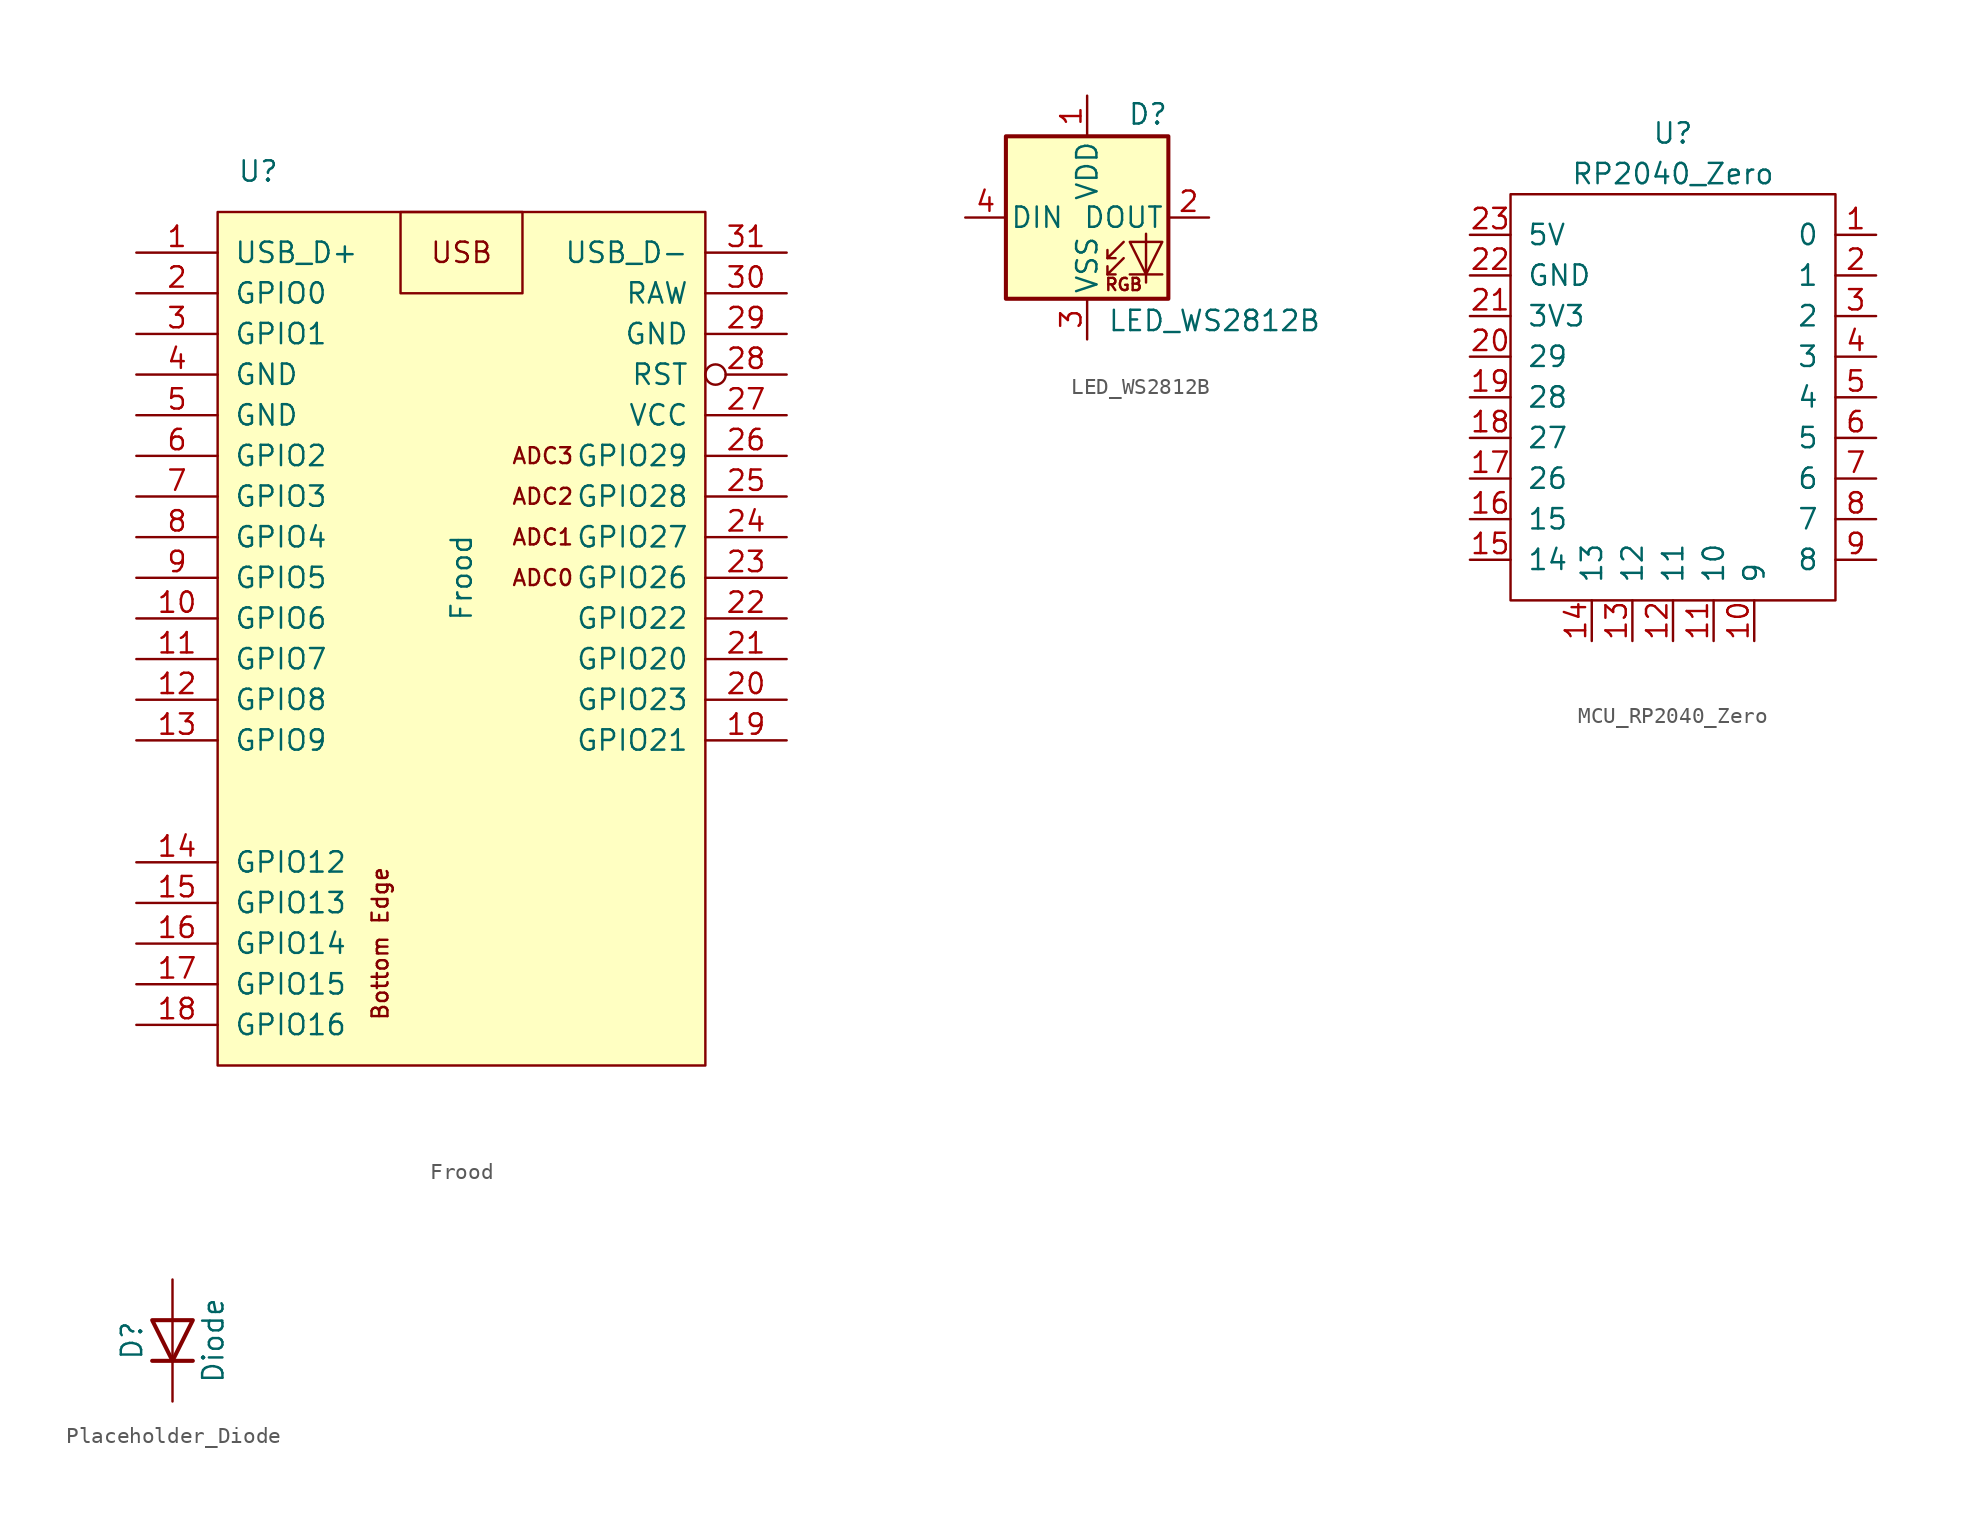
<source format=kicad_sym>
(kicad_symbol_lib
  (version 20220914)
  (generator kicad_symbol_editor)
  (symbol "Frood"
    (pin_names
      (offset 1.016))
    (property "Reference" "U"
      (at -12.7 27.94 0)
      (effects (font (size 1.27 1.27))))
    (property "Value" "Frood"
      (at 0 2.54 90)
      (effects (font (size 1.27 1.27))))
    (symbol "Frood_0_0"
      (text "ADC0" (at 5.08 2.54 0) (effects (font (size 0.991 0.991))))
      (text "ADC1" (at 5.08 5.08 0) (effects (font (size 0.991 0.991))))
      (text "ADC2" (at 5.08 7.62 0) (effects (font (size 0.991 0.991))))
      (text "ADC3" (at 5.08 10.16 0) (effects (font (size 0.991 0.991))))
      (text "Bottom Edge" (at -5.08 -20.32 900) (effects (font (size 0.991 0.991))))
      (text "USB" (at 0 22.86 0) (effects (font (size 1.27 1.27)))))
    (symbol "Frood_0_1"
      (rectangle (start -15.24 25.4) (end 15.24 -27.94) (stroke (width 0) (type default)) (fill (type background)))
      (rectangle (start 3.81 25.4) (end -3.81 20.32) (stroke (width 0) (type default)) (fill (type none))))
    (symbol "Frood_1_1"
      (pin bidirectional line (at -20.32 22.86 0) (length 5.08) (name "USB_D+" (effects (font (size 1.27 1.27)))) (number "1" (effects (font (size 1.27 1.27)))))
      (pin bidirectional line (at -20.32 0 0) (length 5.08) (name "GPIO6" (effects (font (size 1.27 1.27)))) (number "10" (effects (font (size 1.27 1.27)))))
      (pin bidirectional line (at -20.32 -2.54 0) (length 5.08) (name "GPIO7" (effects (font (size 1.27 1.27)))) (number "11" (effects (font (size 1.27 1.27)))))
      (pin bidirectional line (at -20.32 -5.08 0) (length 5.08) (name "GPIO8" (effects (font (size 1.27 1.27)))) (number "12" (effects (font (size 1.27 1.27)))))
      (pin bidirectional line (at -20.32 -7.62 0) (length 5.08) (name "GPIO9" (effects (font (size 1.27 1.27)))) (number "13" (effects (font (size 1.27 1.27)))))
      (pin bidirectional line (at -20.32 -15.24 0) (length 5.08) (name "GPIO12" (effects (font (size 1.27 1.27)))) (number "14" (effects (font (size 1.27 1.27)))))
      (pin bidirectional line (at -20.32 -17.78 0) (length 5.08) (name "GPIO13" (effects (font (size 1.27 1.27)))) (number "15" (effects (font (size 1.27 1.27)))))
      (pin bidirectional line (at -20.32 -20.32 0) (length 5.08) (name "GPIO14" (effects (font (size 1.27 1.27)))) (number "16" (effects (font (size 1.27 1.27)))))
      (pin bidirectional line (at -20.32 -22.86 0) (length 5.08) (name "GPIO15" (effects (font (size 1.27 1.27)))) (number "17" (effects (font (size 1.27 1.27)))))
      (pin bidirectional line (at -20.32 -25.4 0) (length 5.08) (name "GPIO16" (effects (font (size 1.27 1.27)))) (number "18" (effects (font (size 1.27 1.27)))))
      (pin bidirectional line (at 20.32 -7.62 180) (length 5.08) (name "GPIO21" (effects (font (size 1.27 1.27)))) (number "19" (effects (font (size 1.27 1.27)))))
      (pin bidirectional line (at -20.32 20.32 0) (length 5.08) (name "GPIO0" (effects (font (size 1.27 1.27)))) (number "2" (effects (font (size 1.27 1.27)))))
      (pin bidirectional line (at 20.32 -5.08 180) (length 5.08) (name "GPIO23" (effects (font (size 1.27 1.27)))) (number "20" (effects (font (size 1.27 1.27)))))
      (pin bidirectional line (at 20.32 -2.54 180) (length 5.08) (name "GPIO20" (effects (font (size 1.27 1.27)))) (number "21" (effects (font (size 1.27 1.27)))))
      (pin bidirectional line (at 20.32 0 180) (length 5.08) (name "GPIO22" (effects (font (size 1.27 1.27)))) (number "22" (effects (font (size 1.27 1.27)))))
      (pin bidirectional line (at 20.32 2.54 180) (length 5.08) (name "GPIO26" (effects (font (size 1.27 1.27)))) (number "23" (effects (font (size 1.27 1.27)))))
      (pin bidirectional line (at 20.32 5.08 180) (length 5.08) (name "GPIO27" (effects (font (size 1.27 1.27)))) (number "24" (effects (font (size 1.27 1.27)))))
      (pin bidirectional line (at 20.32 7.62 180) (length 5.08) (name "GPIO28" (effects (font (size 1.27 1.27)))) (number "25" (effects (font (size 1.27 1.27)))))
      (pin bidirectional line (at 20.32 10.16 180) (length 5.08) (name "GPIO29" (effects (font (size 1.27 1.27)))) (number "26" (effects (font (size 1.27 1.27)))))
      (pin power_out line (at 20.32 12.7 180) (length 5.08) (name "VCC" (effects (font (size 1.27 1.27)))) (number "27" (effects (font (size 1.27 1.27)))))
      (pin input inverted (at 20.32 15.24 180) (length 5.08) (name "RST" (effects (font (size 1.27 1.27)))) (number "28" (effects (font (size 1.27 1.27)))))
      (pin power_out line (at 20.32 17.78 180) (length 5.08) (name "GND" (effects (font (size 1.27 1.27)))) (number "29" (effects (font (size 1.27 1.27)))))
      (pin bidirectional line (at -20.32 17.78 0) (length 5.08) (name "GPIO1" (effects (font (size 1.27 1.27)))) (number "3" (effects (font (size 1.27 1.27)))))
      (pin power_in line (at 20.32 20.32 180) (length 5.08) (name "RAW" (effects (font (size 1.27 1.27)))) (number "30" (effects (font (size 1.27 1.27)))))
      (pin bidirectional line (at 20.32 22.86 180) (length 5.08) (name "USB_D-" (effects (font (size 1.27 1.27)))) (number "31" (effects (font (size 1.27 1.27)))))
      (pin power_out line (at -20.32 15.24 0) (length 5.08) (name "GND" (effects (font (size 1.27 1.27)))) (number "4" (effects (font (size 1.27 1.27)))))
      (pin power_out line (at -20.32 12.7 0) (length 5.08) (name "GND" (effects (font (size 1.27 1.27)))) (number "5" (effects (font (size 1.27 1.27)))))
      (pin bidirectional line (at -20.32 10.16 0) (length 5.08) (name "GPIO2" (effects (font (size 1.27 1.27)))) (number "6" (effects (font (size 1.27 1.27)))))
      (pin bidirectional line (at -20.32 7.62 0) (length 5.08) (name "GPIO3" (effects (font (size 1.27 1.27)))) (number "7" (effects (font (size 1.27 1.27)))))
      (pin bidirectional line (at -20.32 5.08 0) (length 5.08) (name "GPIO4" (effects (font (size 1.27 1.27)))) (number "8" (effects (font (size 1.27 1.27)))))
      (pin bidirectional line (at -20.32 2.54 0) (length 5.08) (name "GPIO5" (effects (font (size 1.27 1.27)))) (number "9" (effects (font (size 1.27 1.27)))))))
  (symbol "LED_WS2812B"
    (pin_names
      (offset 0.254))
    (property "Reference" "D"
      (at 5.08 5.715 0)
      (effects (font (size 1.27 1.27)) (justify right bottom)))
    (property "Value" "LED_WS2812B"
      (at 1.27 -5.715 0)
      (effects (font (size 1.27 1.27)) (justify left top)))
    (symbol "LED_WS2812B_0_0"
      (text "RGB" (at 2.286 -4.191 0) (effects (font (size 0.762 0.762)))))
    (symbol "LED_WS2812B_0_1"
      (polyline (pts (xy 1.27 -3.556) (xy 1.778 -3.556)) (stroke (width 0) (type default)) (fill (type none)))
      (polyline (pts (xy 1.27 -2.54) (xy 1.778 -2.54)) (stroke (width 0) (type default)) (fill (type none)))
      (polyline (pts (xy 4.699 -3.556) (xy 2.667 -3.556)) (stroke (width 0) (type default)) (fill (type none)))
      (polyline (pts (xy 2.286 -2.54) (xy 1.27 -3.556) (xy 1.27 -3.048)) (stroke (width 0) (type default)) (fill (type none)))
      (polyline (pts (xy 2.286 -1.524) (xy 1.27 -2.54) (xy 1.27 -2.032)) (stroke (width 0) (type default)) (fill (type none)))
      (polyline (pts (xy 3.683 -1.016) (xy 3.683 -3.556) (xy 3.683 -4.064)) (stroke (width 0) (type default)) (fill (type none)))
      (polyline (pts (xy 4.699 -1.524) (xy 2.667 -1.524) (xy 3.683 -3.556) (xy 4.699 -1.524)) (stroke (width 0) (type default)) (fill (type none)))
      (rectangle (start 5.08 5.08) (end -5.08 -5.08) (stroke (width 0.254) (type default)) (fill (type background))))
    (symbol "LED_WS2812B_1_1"
      (pin power_in line (at 0 7.62 270) (length 2.54) (name "VDD" (effects (font (size 1.27 1.27)))) (number "1" (effects (font (size 1.27 1.27)))))
      (pin output line (at 7.62 0 180) (length 2.54) (name "DOUT" (effects (font (size 1.27 1.27)))) (number "2" (effects (font (size 1.27 1.27)))))
      (pin power_in line (at 0 -7.62 90) (length 2.54) (name "VSS" (effects (font (size 1.27 1.27)))) (number "3" (effects (font (size 1.27 1.27)))))
      (pin input line (at -7.62 0 0) (length 2.54) (name "DIN" (effects (font (size 1.27 1.27)))) (number "4" (effects (font (size 1.27 1.27)))))))
  (symbol "MCU_RP2040_Zero"
    (pin_names
      (offset 1.016))
    (property "Reference" "U"
      (at 0 15.24 0)
      (effects (font (size 1.27 1.27))))
    (property "Value" "RP2040_Zero"
      (at 0 12.7 0)
      (effects (font (size 1.27 1.27))))
    (symbol "MCU_RP2040_Zero_0_1"
      (rectangle (start -10.16 11.43) (end 10.16 -13.97) (stroke (width 0) (type default)) (fill (type none))))
    (symbol "MCU_RP2040_Zero_1_1"
      (pin bidirectional line (at 12.7 8.89 180) (length 2.54) (name "0" (effects (font (size 1.27 1.27)))) (number "1" (effects (font (size 1.27 1.27)))))
      (pin bidirectional line (at 5.08 -16.51 90) (length 2.54) (name "9" (effects (font (size 1.27 1.27)))) (number "10" (effects (font (size 1.27 1.27)))))
      (pin bidirectional line (at 2.54 -16.51 90) (length 2.54) (name "10" (effects (font (size 1.27 1.27)))) (number "11" (effects (font (size 1.27 1.27)))))
      (pin bidirectional line (at 0 -16.51 90) (length 2.54) (name "11" (effects (font (size 1.27 1.27)))) (number "12" (effects (font (size 1.27 1.27)))))
      (pin bidirectional line (at -2.54 -16.51 90) (length 2.54) (name "12" (effects (font (size 1.27 1.27)))) (number "13" (effects (font (size 1.27 1.27)))))
      (pin bidirectional line (at -5.08 -16.51 90) (length 2.54) (name "13" (effects (font (size 1.27 1.27)))) (number "14" (effects (font (size 1.27 1.27)))))
      (pin bidirectional line (at -12.7 -11.43 0) (length 2.54) (name "14" (effects (font (size 1.27 1.27)))) (number "15" (effects (font (size 1.27 1.27)))))
      (pin bidirectional line (at -12.7 -8.89 0) (length 2.54) (name "15" (effects (font (size 1.27 1.27)))) (number "16" (effects (font (size 1.27 1.27)))))
      (pin bidirectional line (at -12.7 -6.35 0) (length 2.54) (name "26" (effects (font (size 1.27 1.27)))) (number "17" (effects (font (size 1.27 1.27)))))
      (pin bidirectional line (at -12.7 -3.81 0) (length 2.54) (name "27" (effects (font (size 1.27 1.27)))) (number "18" (effects (font (size 1.27 1.27)))))
      (pin bidirectional line (at -12.7 -1.27 0) (length 2.54) (name "28" (effects (font (size 1.27 1.27)))) (number "19" (effects (font (size 1.27 1.27)))))
      (pin bidirectional line (at 12.7 6.35 180) (length 2.54) (name "1" (effects (font (size 1.27 1.27)))) (number "2" (effects (font (size 1.27 1.27)))))
      (pin bidirectional line (at -12.7 1.27 0) (length 2.54) (name "29" (effects (font (size 1.27 1.27)))) (number "20" (effects (font (size 1.27 1.27)))))
      (pin power_out line (at -12.7 3.81 0) (length 2.54) (name "3V3" (effects (font (size 1.27 1.27)))) (number "21" (effects (font (size 1.27 1.27)))))
      (pin power_out line (at -12.7 6.35 0) (length 2.54) (name "GND" (effects (font (size 1.27 1.27)))) (number "22" (effects (font (size 1.27 1.27)))))
      (pin power_out line (at -12.7 8.89 0) (length 2.54) (name "5V" (effects (font (size 1.27 1.27)))) (number "23" (effects (font (size 1.27 1.27)))))
      (pin bidirectional line (at 12.7 3.81 180) (length 2.54) (name "2" (effects (font (size 1.27 1.27)))) (number "3" (effects (font (size 1.27 1.27)))))
      (pin bidirectional line (at 12.7 1.27 180) (length 2.54) (name "3" (effects (font (size 1.27 1.27)))) (number "4" (effects (font (size 1.27 1.27)))))
      (pin bidirectional line (at 12.7 -1.27 180) (length 2.54) (name "4" (effects (font (size 1.27 1.27)))) (number "5" (effects (font (size 1.27 1.27)))))
      (pin bidirectional line (at 12.7 -3.81 180) (length 2.54) (name "5" (effects (font (size 1.27 1.27)))) (number "6" (effects (font (size 1.27 1.27)))))
      (pin bidirectional line (at 12.7 -6.35 180) (length 2.54) (name "6" (effects (font (size 1.27 1.27)))) (number "7" (effects (font (size 1.27 1.27)))))
      (pin bidirectional line (at 12.7 -8.89 180) (length 2.54) (name "7" (effects (font (size 1.27 1.27)))) (number "8" (effects (font (size 1.27 1.27)))))
      (pin bidirectional line (at 12.7 -11.43 180) (length 2.54) (name "8" (effects (font (size 1.27 1.27)))) (number "9" (effects (font (size 1.27 1.27)))))))
  (symbol "Placeholder_Diode"
    (pin_numbers hide)
    (pin_names hide)
    (property "Reference" "D"
      (at -2.54 0 90)
      (effects (font (size 1.27 1.27))))
    (property "Value" "Diode"
      (at 2.54 0 90)
      (effects (font (size 1.27 1.27))))
    (symbol "Placeholder_Diode_0_1"
      (polyline (pts (xy -1.27 -1.27) (xy 1.27 -1.27)) (stroke (width 0.254) (type default)) (fill (type none)))
      (polyline (pts (xy 0 1.27) (xy 0 -1.27)) (stroke (width 0) (type default)) (fill (type none)))
      (polyline (pts (xy -1.27 1.27) (xy 1.27 1.27) (xy 0 -1.27) (xy -1.27 1.27)) (stroke (width 0.254) (type default)) (fill (type none))))
    (symbol "Placeholder_Diode_1_1"
      (pin passive line (at 0 -3.81 90) (length 2.54) (name "K" (effects (font (size 1.27 1.27)))) (number "1" (effects (font (size 1.27 1.27)))))
      (pin passive line (at 0 3.81 270) (length 2.54) (name "A" (effects (font (size 1.27 1.27)))) (number "2" (effects (font (size 1.27 1.27))))))))
</source>
